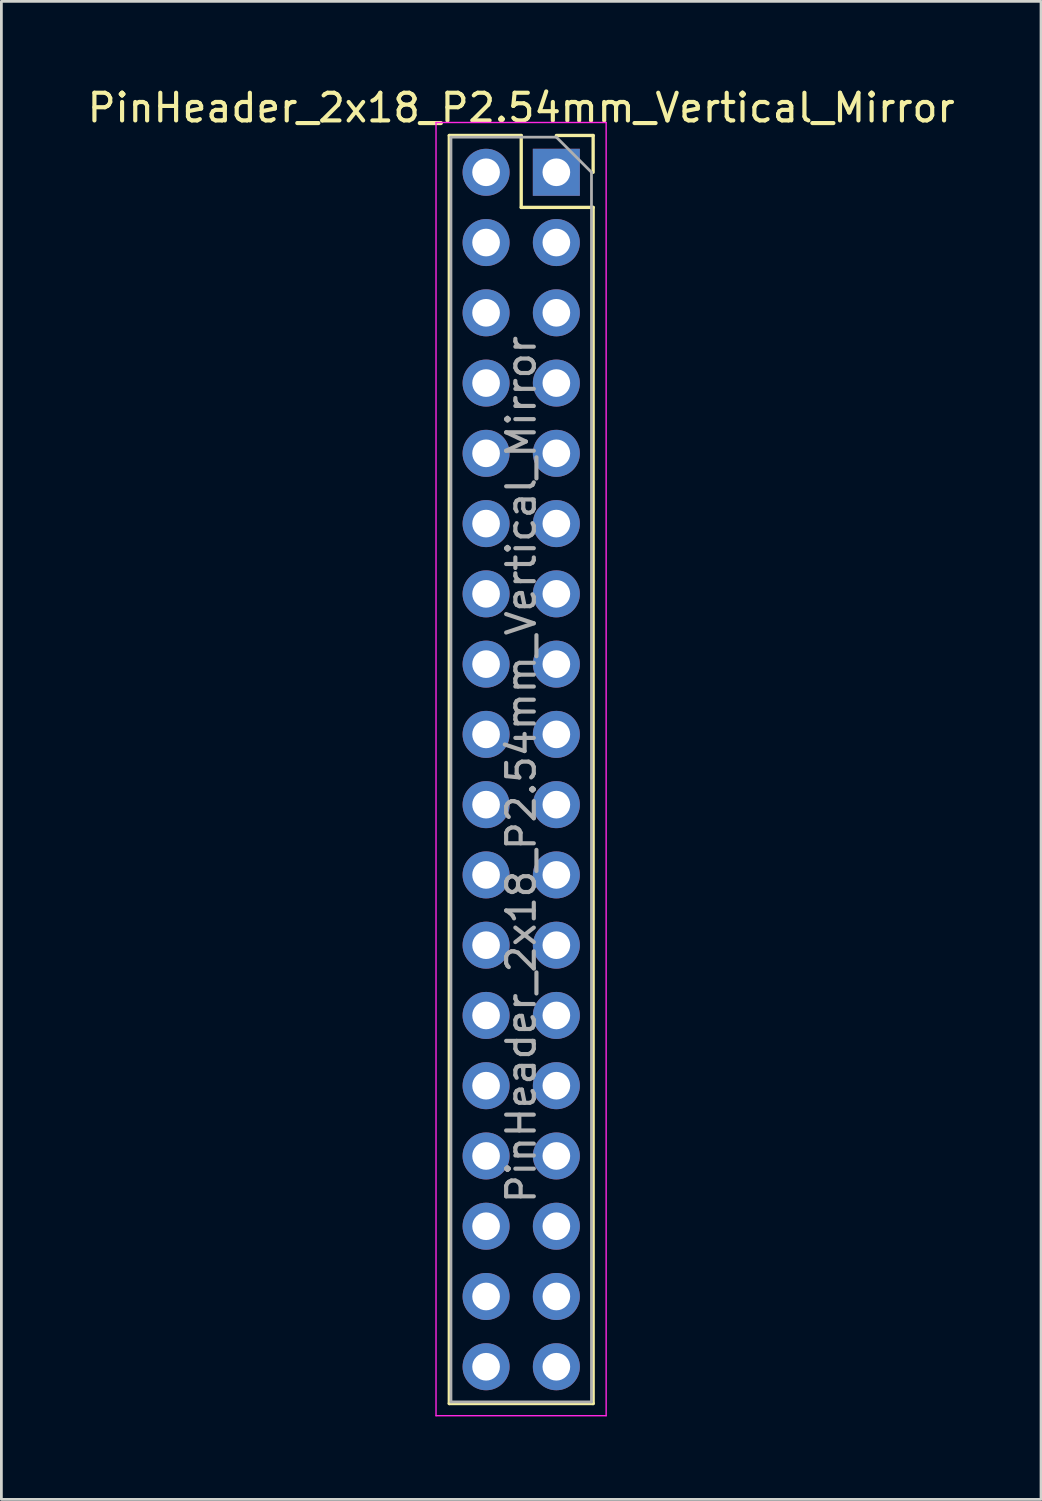
<source format=kicad_pcb>
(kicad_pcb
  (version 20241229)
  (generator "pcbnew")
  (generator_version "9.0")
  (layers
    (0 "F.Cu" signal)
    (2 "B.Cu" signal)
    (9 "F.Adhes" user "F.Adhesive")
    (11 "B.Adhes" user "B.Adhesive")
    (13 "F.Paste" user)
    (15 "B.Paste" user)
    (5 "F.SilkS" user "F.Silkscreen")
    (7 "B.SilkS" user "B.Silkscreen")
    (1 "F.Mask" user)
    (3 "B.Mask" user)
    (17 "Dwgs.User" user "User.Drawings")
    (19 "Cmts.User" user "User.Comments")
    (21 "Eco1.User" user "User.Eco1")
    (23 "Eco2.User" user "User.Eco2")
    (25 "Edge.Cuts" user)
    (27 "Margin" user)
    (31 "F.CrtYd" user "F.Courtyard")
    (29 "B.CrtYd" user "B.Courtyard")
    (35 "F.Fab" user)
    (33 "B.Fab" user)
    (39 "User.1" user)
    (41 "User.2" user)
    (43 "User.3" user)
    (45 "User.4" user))
  (footprint "PinHeader_2x18_P2.54mm_Vertical_Mirror"
    (layer "F.Cu")
    (at 17.062 3.178)
    (property "Reference" "PinHeader_2x18_P2.54mm_Vertical_Mirror" (at -1.27 -2.33 0) (layer "F.SilkS") (effects (font (size 1 1) (thickness 0.15))))
    (attr through_hole)
    (fp_line (start -3.87 -1.33) (end -3.87 44.51) (stroke (width 0.12) (type solid)) (layer "F.SilkS"))
    (fp_line (start -1.27 -1.33) (end -3.87 -1.33) (stroke (width 0.12) (type solid)) (layer "F.SilkS"))
    (fp_line (start -1.27 1.27) (end -1.27 -1.33) (stroke (width 0.12) (type solid)) (layer "F.SilkS"))
    (fp_line (start 1.33 -1.33) (end 0 -1.33) (stroke (width 0.12) (type solid)) (layer "F.SilkS"))
    (fp_line (start 1.33 0) (end 1.33 -1.33) (stroke (width 0.12) (type solid)) (layer "F.SilkS"))
    (fp_line (start 1.33 1.27) (end -1.27 1.27) (stroke (width 0.12) (type solid)) (layer "F.SilkS"))
    (fp_line (start 1.33 1.27) (end 1.33 44.51) (stroke (width 0.12) (type solid)) (layer "F.SilkS"))
    (fp_line (start 1.33 44.51) (end -3.87 44.51) (stroke (width 0.12) (type solid)) (layer "F.SilkS"))
    (fp_line (start -4.35 -1.8) (end 1.8 -1.8) (stroke (width 0.05) (type solid)) (layer "F.CrtYd"))
    (fp_line (start -4.35 44.95) (end -4.35 -1.8) (stroke (width 0.05) (type solid)) (layer "F.CrtYd"))
    (fp_line (start 1.8 -1.8) (end 1.8 44.95) (stroke (width 0.05) (type solid)) (layer "F.CrtYd"))
    (fp_line (start 1.8 44.95) (end -4.35 44.95) (stroke (width 0.05) (type solid)) (layer "F.CrtYd"))
    (fp_line (start -3.81 -1.27) (end -3.81 44.45) (stroke (width 0.1) (type solid)) (layer "F.Fab"))
    (fp_line (start -3.81 44.45) (end 1.27 44.45) (stroke (width 0.1) (type solid)) (layer "F.Fab"))
    (fp_line (start 0 -1.27) (end -3.81 -1.27) (stroke (width 0.1) (type solid)) (layer "F.Fab"))
    (fp_line (start 1.27 0) (end 0 -1.27) (stroke (width 0.1) (type solid)) (layer "F.Fab"))
    (fp_line (start 1.27 44.45) (end 1.27 0) (stroke (width 0.1) (type solid)) (layer "F.Fab"))
    (fp_text user "${REFERENCE}" (at -1.27 21.59 90) (layer "F.Fab") (effects (font (size 1 1) (thickness 0.15))))
    (pad "1" thru_hole rect (at 0 0) (size 1.7 1.7) (drill 1) (layers "*.Cu" "*.Mask"))
    (pad "2" thru_hole oval (at -2.54 0) (size 1.7 1.7) (drill 1) (layers "*.Cu" "*.Mask"))
    (pad "3" thru_hole oval (at 0 2.54) (size 1.7 1.7) (drill 1) (layers "*.Cu" "*.Mask"))
    (pad "4" thru_hole oval (at -2.54 2.54) (size 1.7 1.7) (drill 1) (layers "*.Cu" "*.Mask"))
    (pad "5" thru_hole oval (at 0 5.08) (size 1.7 1.7) (drill 1) (layers "*.Cu" "*.Mask"))
    (pad "6" thru_hole oval (at -2.54 5.08) (size 1.7 1.7) (drill 1) (layers "*.Cu" "*.Mask"))
    (pad "7" thru_hole oval (at 0 7.62) (size 1.7 1.7) (drill 1) (layers "*.Cu" "*.Mask"))
    (pad "8" thru_hole oval (at -2.54 7.62) (size 1.7 1.7) (drill 1) (layers "*.Cu" "*.Mask"))
    (pad "9" thru_hole oval (at 0 10.16) (size 1.7 1.7) (drill 1) (layers "*.Cu" "*.Mask"))
    (pad "10" thru_hole oval (at -2.54 10.16) (size 1.7 1.7) (drill 1) (layers "*.Cu" "*.Mask"))
    (pad "11" thru_hole oval (at 0 12.7) (size 1.7 1.7) (drill 1) (layers "*.Cu" "*.Mask"))
    (pad "12" thru_hole oval (at -2.54 12.7) (size 1.7 1.7) (drill 1) (layers "*.Cu" "*.Mask"))
    (pad "13" thru_hole oval (at 0 15.24) (size 1.7 1.7) (drill 1) (layers "*.Cu" "*.Mask"))
    (pad "14" thru_hole oval (at -2.54 15.24) (size 1.7 1.7) (drill 1) (layers "*.Cu" "*.Mask"))
    (pad "15" thru_hole oval (at 0 17.78) (size 1.7 1.7) (drill 1) (layers "*.Cu" "*.Mask"))
    (pad "16" thru_hole oval (at -2.54 17.78) (size 1.7 1.7) (drill 1) (layers "*.Cu" "*.Mask"))
    (pad "17" thru_hole oval (at 0 20.32) (size 1.7 1.7) (drill 1) (layers "*.Cu" "*.Mask"))
    (pad "18" thru_hole oval (at -2.54 20.32) (size 1.7 1.7) (drill 1) (layers "*.Cu" "*.Mask"))
    (pad "19" thru_hole oval (at 0 22.86) (size 1.7 1.7) (drill 1) (layers "*.Cu" "*.Mask"))
    (pad "20" thru_hole oval (at -2.54 22.86) (size 1.7 1.7) (drill 1) (layers "*.Cu" "*.Mask"))
    (pad "21" thru_hole oval (at 0 25.4) (size 1.7 1.7) (drill 1) (layers "*.Cu" "*.Mask"))
    (pad "22" thru_hole oval (at -2.54 25.4) (size 1.7 1.7) (drill 1) (layers "*.Cu" "*.Mask"))
    (pad "23" thru_hole oval (at 0 27.94) (size 1.7 1.7) (drill 1) (layers "*.Cu" "*.Mask"))
    (pad "24" thru_hole oval (at -2.54 27.94) (size 1.7 1.7) (drill 1) (layers "*.Cu" "*.Mask"))
    (pad "25" thru_hole oval (at 0 30.48) (size 1.7 1.7) (drill 1) (layers "*.Cu" "*.Mask"))
    (pad "26" thru_hole oval (at -2.54 30.48) (size 1.7 1.7) (drill 1) (layers "*.Cu" "*.Mask"))
    (pad "27" thru_hole oval (at 0 33.02) (size 1.7 1.7) (drill 1) (layers "*.Cu" "*.Mask"))
    (pad "28" thru_hole oval (at -2.54 33.02) (size 1.7 1.7) (drill 1) (layers "*.Cu" "*.Mask"))
    (pad "29" thru_hole oval (at 0 35.56) (size 1.7 1.7) (drill 1) (layers "*.Cu" "*.Mask"))
    (pad "30" thru_hole oval (at -2.54 35.56) (size 1.7 1.7) (drill 1) (layers "*.Cu" "*.Mask"))
    (pad "31" thru_hole oval (at 0 38.1) (size 1.7 1.7) (drill 1) (layers "*.Cu" "*.Mask"))
    (pad "32" thru_hole oval (at -2.54 38.1) (size 1.7 1.7) (drill 1) (layers "*.Cu" "*.Mask"))
    (pad "33" thru_hole oval (at 0 40.64) (size 1.7 1.7) (drill 1) (layers "*.Cu" "*.Mask"))
    (pad "34" thru_hole oval (at -2.54 40.64) (size 1.7 1.7) (drill 1) (layers "*.Cu" "*.Mask"))
    (pad "35" thru_hole oval (at 0 43.18) (size 1.7 1.7) (drill 1) (layers "*.Cu" "*.Mask"))
    (pad "36" thru_hole oval (at -2.54 43.18) (size 1.7 1.7) (drill 1) (layers "*.Cu" "*.Mask")))
  (gr_rect
    (start -3 -3)
    (end 34.583 51.153)
    (stroke (width 0.1) (type default))
    (fill no)
    (layer "Edge.Cuts")))
</source>
